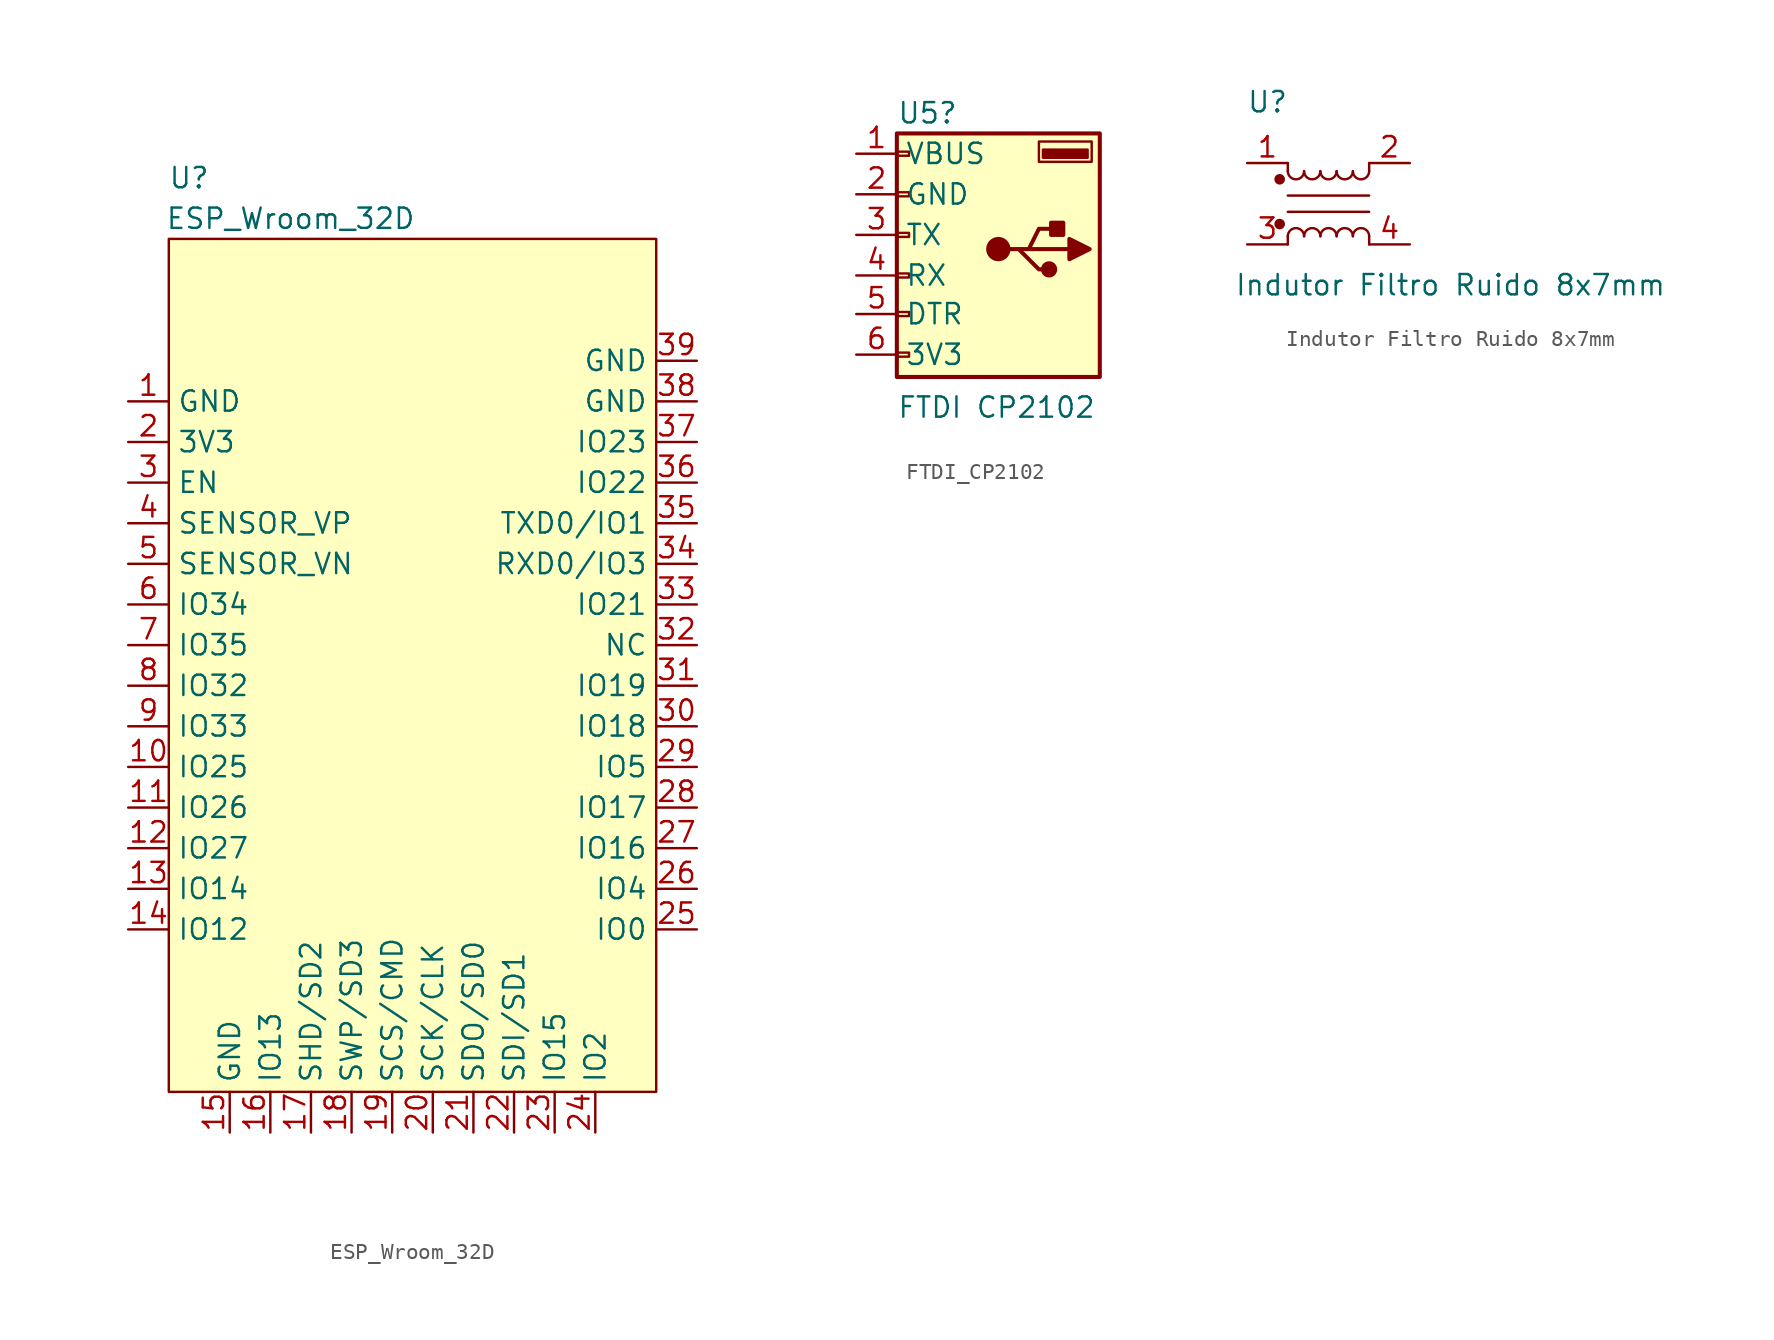
<source format=kicad_sym>
(kicad_symbol_lib
  (version 20231120)
  (generator "kicad_symbol_editor")
  (generator_version "8.0")
  (symbol "ESP_Wroom_32D"
    (property "Reference" "U"
      (at -11.43 -3.81 0)
      (effects (font (size 1.27 1.27))))
    (property "Value" "ESP_Wroom_32D"
      (at -5.08 -6.35 0)
      (effects (font (size 1.27 1.27))))
    (symbol "ESP_Wroom_32D_0_1"
      (rectangle (start -12.7 -7.62) (end 17.78 -60.96) (stroke (width 0) (type default)) (fill (type background))))
    (symbol "ESP_Wroom_32D_1_1"
      (pin power_in line (at -15.24 -17.78 0) (length 2.54) (name "GND" (effects (font (size 1.27 1.27)))) (number "1" (effects (font (size 1.27 1.27)))))
      (pin bidirectional line (at -15.24 -40.64 0) (length 2.54) (name "IO25" (effects (font (size 1.27 1.27)))) (number "10" (effects (font (size 1.27 1.27)))))
      (pin bidirectional line (at -15.24 -43.18 0) (length 2.54) (name "IO26" (effects (font (size 1.27 1.27)))) (number "11" (effects (font (size 1.27 1.27)))))
      (pin bidirectional line (at -15.24 -45.72 0) (length 2.54) (name "IO27" (effects (font (size 1.27 1.27)))) (number "12" (effects (font (size 1.27 1.27)))))
      (pin bidirectional line (at -15.24 -48.26 0) (length 2.54) (name "IO14" (effects (font (size 1.27 1.27)))) (number "13" (effects (font (size 1.27 1.27)))))
      (pin bidirectional line (at -15.24 -50.8 0) (length 2.54) (name "IO12" (effects (font (size 1.27 1.27)))) (number "14" (effects (font (size 1.27 1.27)))))
      (pin power_in line (at -8.89 -63.5 90) (length 2.54) (name "GND" (effects (font (size 1.27 1.27)))) (number "15" (effects (font (size 1.27 1.27)))))
      (pin bidirectional line (at -6.35 -63.5 90) (length 2.54) (name "IO13" (effects (font (size 1.27 1.27)))) (number "16" (effects (font (size 1.27 1.27)))))
      (pin bidirectional line (at -3.81 -63.5 90) (length 2.54) (name "SHD/SD2" (effects (font (size 1.27 1.27)))) (number "17" (effects (font (size 1.27 1.27)))))
      (pin bidirectional line (at -1.27 -63.5 90) (length 2.54) (name "SWP/SD3" (effects (font (size 1.27 1.27)))) (number "18" (effects (font (size 1.27 1.27)))))
      (pin bidirectional line (at 1.27 -63.5 90) (length 2.54) (name "SCS/CMD" (effects (font (size 1.27 1.27)))) (number "19" (effects (font (size 1.27 1.27)))))
      (pin power_in line (at -15.24 -20.32 0) (length 2.54) (name "3V3" (effects (font (size 1.27 1.27)))) (number "2" (effects (font (size 1.27 1.27)))))
      (pin bidirectional line (at 3.81 -63.5 90) (length 2.54) (name "SCK/CLK" (effects (font (size 1.27 1.27)))) (number "20" (effects (font (size 1.27 1.27)))))
      (pin bidirectional line (at 6.35 -63.5 90) (length 2.54) (name "SDO/SD0" (effects (font (size 1.27 1.27)))) (number "21" (effects (font (size 1.27 1.27)))))
      (pin bidirectional line (at 8.89 -63.5 90) (length 2.54) (name "SDI/SD1" (effects (font (size 1.27 1.27)))) (number "22" (effects (font (size 1.27 1.27)))))
      (pin bidirectional line (at 11.43 -63.5 90) (length 2.54) (name "IO15" (effects (font (size 1.27 1.27)))) (number "23" (effects (font (size 1.27 1.27)))))
      (pin bidirectional line (at 13.97 -63.5 90) (length 2.54) (name "IO2" (effects (font (size 1.27 1.27)))) (number "24" (effects (font (size 1.27 1.27)))))
      (pin bidirectional line (at 20.32 -50.8 180) (length 2.54) (name "IO0" (effects (font (size 1.27 1.27)))) (number "25" (effects (font (size 1.27 1.27)))))
      (pin bidirectional line (at 20.32 -48.26 180) (length 2.54) (name "IO4" (effects (font (size 1.27 1.27)))) (number "26" (effects (font (size 1.27 1.27)))))
      (pin bidirectional line (at 20.32 -45.72 180) (length 2.54) (name "IO16" (effects (font (size 1.27 1.27)))) (number "27" (effects (font (size 1.27 1.27)))))
      (pin bidirectional line (at 20.32 -43.18 180) (length 2.54) (name "IO17" (effects (font (size 1.27 1.27)))) (number "28" (effects (font (size 1.27 1.27)))))
      (pin bidirectional line (at 20.32 -40.64 180) (length 2.54) (name "IO5" (effects (font (size 1.27 1.27)))) (number "29" (effects (font (size 1.27 1.27)))))
      (pin input line (at -15.24 -22.86 0) (length 2.54) (name "EN" (effects (font (size 1.27 1.27)))) (number "3" (effects (font (size 1.27 1.27)))))
      (pin bidirectional line (at 20.32 -38.1 180) (length 2.54) (name "IO18" (effects (font (size 1.27 1.27)))) (number "30" (effects (font (size 1.27 1.27)))))
      (pin bidirectional line (at 20.32 -35.56 180) (length 2.54) (name "IO19" (effects (font (size 1.27 1.27)))) (number "31" (effects (font (size 1.27 1.27)))))
      (pin output line (at 20.32 -33.02 180) (length 2.54) (name "NC" (effects (font (size 1.27 1.27)))) (number "32" (effects (font (size 1.27 1.27)))))
      (pin bidirectional line (at 20.32 -30.48 180) (length 2.54) (name "IO21" (effects (font (size 1.27 1.27)))) (number "33" (effects (font (size 1.27 1.27)))))
      (pin bidirectional line (at 20.32 -27.94 180) (length 2.54) (name "RXD0/IO3" (effects (font (size 1.27 1.27)))) (number "34" (effects (font (size 1.27 1.27)))))
      (pin bidirectional line (at 20.32 -25.4 180) (length 2.54) (name "TXD0/IO1" (effects (font (size 1.27 1.27)))) (number "35" (effects (font (size 1.27 1.27)))))
      (pin bidirectional line (at 20.32 -22.86 180) (length 2.54) (name "IO22" (effects (font (size 1.27 1.27)))) (number "36" (effects (font (size 1.27 1.27)))))
      (pin bidirectional line (at 20.32 -20.32 180) (length 2.54) (name "IO23" (effects (font (size 1.27 1.27)))) (number "37" (effects (font (size 1.27 1.27)))))
      (pin power_in line (at 20.32 -17.78 180) (length 2.54) (name "GND" (effects (font (size 1.27 1.27)))) (number "38" (effects (font (size 1.27 1.27)))))
      (pin power_in line (at 20.32 -15.24 180) (length 2.54) (name "GND" (effects (font (size 1.27 1.27)))) (number "39" (effects (font (size 1.27 1.27)))))
      (pin input line (at -15.24 -25.4 0) (length 2.54) (name "SENSOR_VP" (effects (font (size 1.27 1.27)))) (number "4" (effects (font (size 1.27 1.27)))))
      (pin input line (at -15.24 -27.94 0) (length 2.54) (name "SENSOR_VN" (effects (font (size 1.27 1.27)))) (number "5" (effects (font (size 1.27 1.27)))))
      (pin input line (at -15.24 -30.48 0) (length 2.54) (name "IO34" (effects (font (size 1.27 1.27)))) (number "6" (effects (font (size 1.27 1.27)))))
      (pin input line (at -15.24 -33.02 0) (length 2.54) (name "IO35" (effects (font (size 1.27 1.27)))) (number "7" (effects (font (size 1.27 1.27)))))
      (pin bidirectional line (at -15.24 -35.56 0) (length 2.54) (name "IO32" (effects (font (size 1.27 1.27)))) (number "8" (effects (font (size 1.27 1.27)))))
      (pin bidirectional line (at -15.24 -38.1 0) (length 2.54) (name "IO33" (effects (font (size 1.27 1.27)))) (number "9" (effects (font (size 1.27 1.27)))))))
  (symbol "FTDI_CP2102"
    (property "Reference" "U5"
      (at 1.27 -6.35 0)
      (effects (font (size 1.27 1.27)) (justify left)))
    (property "Value" "FTDI CP2102"
      (at 1.27 -24.765 0)
      (effects (font (size 1.27 1.27)) (justify left)))
    (symbol "FTDI_CP2102_0_1"
      (polyline (pts (xy 8.255 -14.859) (xy 8.89 -14.859) (xy 10.16 -16.129) (xy 10.795 -16.129)) (stroke (width 0.254) (type default)) (fill (type none)))
      (polyline (pts (xy 8.89 -14.859) (xy 9.525 -14.859) (xy 10.16 -13.589) (xy 11.43 -13.589)) (stroke (width 0.254) (type default)) (fill (type none)))
      (polyline (pts (xy 12.065 -15.494) (xy 12.065 -14.224) (xy 13.335 -14.859) (xy 12.065 -15.494)) (stroke (width 0.254) (type default)) (fill (type outline)))
      (rectangle (start 1.27 -22.86) (end 13.97 -7.62) (stroke (width 0.254) (type default)) (fill (type background)))
      (rectangle (start 2.032 -21.336) (end 1.27 -21.59) (stroke (width 0) (type default)) (fill (type none)))
      (rectangle (start 2.032 -18.796) (end 1.27 -19.05) (stroke (width 0) (type default)) (fill (type none)))
      (rectangle (start 2.032 -16.383) (end 1.27 -16.637) (stroke (width 0) (type default)) (fill (type none)))
      (rectangle (start 2.032 -13.843) (end 1.27 -14.097) (stroke (width 0) (type default)) (fill (type none)))
      (rectangle (start 2.032 -11.303) (end 1.27 -11.557) (stroke (width 0) (type default)) (fill (type none)))
      (rectangle (start 2.032 -8.763) (end 1.27 -9.017) (stroke (width 0) (type default)) (fill (type none)))
      (circle (center 7.62 -14.859) (radius 0.635) (stroke (width 0.254) (type default)) (fill (type outline)))
      (circle (center 10.795 -16.129) (radius 0.381) (stroke (width 0.254) (type default)) (fill (type outline)))
      (rectangle (start 10.922 -13.208) (end 11.684 -13.97) (stroke (width 0.254) (type default)) (fill (type outline)))
      (rectangle (start 13.208 -8.636) (end 10.414 -9.144) (stroke (width 0) (type default)) (fill (type outline)))
      (rectangle (start 13.462 -8.128) (end 10.16 -9.398) (stroke (width 0) (type default)) (fill (type none))))
    (symbol "FTDI_CP2102_1_1"
      (polyline (pts (xy 9.525 -14.859) (xy 12.065 -14.859)) (stroke (width 0.254) (type default)) (fill (type none)))
      (pin power_in line (at -1.27 -8.89 0) (length 2.54) (name "VBUS" (effects (font (size 1.27 1.27)))) (number "1" (effects (font (size 1.27 1.27)))))
      (pin power_in line (at -1.27 -11.43 0) (length 2.54) (name "GND" (effects (font (size 1.27 1.27)))) (number "2" (effects (font (size 1.27 1.27)))))
      (pin bidirectional line (at -1.27 -13.97 0) (length 2.54) (name "TX" (effects (font (size 1.27 1.27)))) (number "3" (effects (font (size 1.27 1.27)))))
      (pin bidirectional line (at -1.27 -16.51 0) (length 2.54) (name "RX" (effects (font (size 1.27 1.27)))) (number "4" (effects (font (size 1.27 1.27)))))
      (pin bidirectional line (at -1.27 -18.923 0) (length 2.54) (name "DTR" (effects (font (size 1.27 1.27)))) (number "5" (effects (font (size 1.27 1.27)))))
      (pin power_in line (at -1.27 -21.463 0) (length 2.54) (name "3V3" (effects (font (size 1.27 1.27)))) (number "6" (effects (font (size 1.27 1.27)))))))
  (symbol "Indutor Filtro Ruido 8x7mm"
    (property "Reference" "U"
      (at 0 0 0)
      (effects (font (size 1.27 1.27))))
    (property "Value" "Indutor Filtro Ruido 8x7mm"
      (at 11.43 -11.43 0)
      (effects (font (size 1.27 1.27))))
    (symbol "Indutor Filtro Ruido 8x7mm_1_1"
      (polyline (pts (xy 1.27 -8.382) (xy 1.27 -8.89)) (stroke (width 0) (type default)) (fill (type none)))
      (polyline (pts (xy 1.27 -5.842) (xy 6.35 -5.842)) (stroke (width 0) (type default)) (fill (type none)))
      (polyline (pts (xy 1.27 -4.318) (xy 1.27 -3.81)) (stroke (width 0) (type default)) (fill (type none)))
      (polyline (pts (xy 6.35 -8.382) (xy 6.35 -8.89)) (stroke (width 0) (type default)) (fill (type none)))
      (polyline (pts (xy 6.35 -6.858) (xy 1.27 -6.858)) (stroke (width 0) (type default)) (fill (type none)))
      (polyline (pts (xy 6.35 -3.81) (xy 6.35 -4.318)) (stroke (width 0) (type default)) (fill (type none)))
      (circle (center 0.762 -7.62) (radius 0.254) (stroke (width 0) (type default)) (fill (type outline)))
      (circle (center 0.762 -4.826) (radius 0.254) (stroke (width 0) (type default)) (fill (type outline)))
      (arc (start 1.27 -4.318) (mid 1.778 -4.8238) (end 2.286 -4.318) (stroke (width 0) (type default)) (fill (type none)))
      (arc (start 2.286 -8.382) (mid 1.778 -7.8762) (end 1.27 -8.382) (stroke (width 0) (type default)) (fill (type none)))
      (arc (start 2.286 -4.318) (mid 2.794 -4.8238) (end 3.302 -4.318) (stroke (width 0) (type default)) (fill (type none)))
      (arc (start 3.302 -8.382) (mid 2.794 -7.8762) (end 2.286 -8.382) (stroke (width 0) (type default)) (fill (type none)))
      (arc (start 3.302 -4.318) (mid 3.81 -4.8238) (end 4.318 -4.318) (stroke (width 0) (type default)) (fill (type none)))
      (arc (start 4.318 -8.382) (mid 3.81 -7.8762) (end 3.302 -8.382) (stroke (width 0) (type default)) (fill (type none)))
      (arc (start 4.318 -4.318) (mid 4.826 -4.8238) (end 5.334 -4.318) (stroke (width 0) (type default)) (fill (type none)))
      (arc (start 5.334 -8.382) (mid 4.826 -7.8762) (end 4.318 -8.382) (stroke (width 0) (type default)) (fill (type none)))
      (arc (start 5.334 -4.318) (mid 5.842 -4.8238) (end 6.35 -4.318) (stroke (width 0) (type default)) (fill (type none)))
      (arc (start 6.35 -8.382) (mid 5.842 -7.8762) (end 5.334 -8.382) (stroke (width 0) (type default)) (fill (type none)))
      (pin passive line (at -1.27 -3.81 0) (length 2.54) (name "" (effects (font (size 1.27 1.27)))) (number "1" (effects (font (size 1.27 1.27)))))
      (pin passive line (at 8.89 -3.81 180) (length 2.54) (name "" (effects (font (size 1.27 1.27)))) (number "2" (effects (font (size 1.27 1.27)))))
      (pin passive line (at -1.27 -8.89 0) (length 2.54) (name "" (effects (font (size 1.27 1.27)))) (number "3" (effects (font (size 1.27 1.27)))))
      (pin passive line (at 8.89 -8.89 180) (length 2.54) (name "" (effects (font (size 1.27 1.27)))) (number "4" (effects (font (size 1.27 1.27))))))))
</source>
